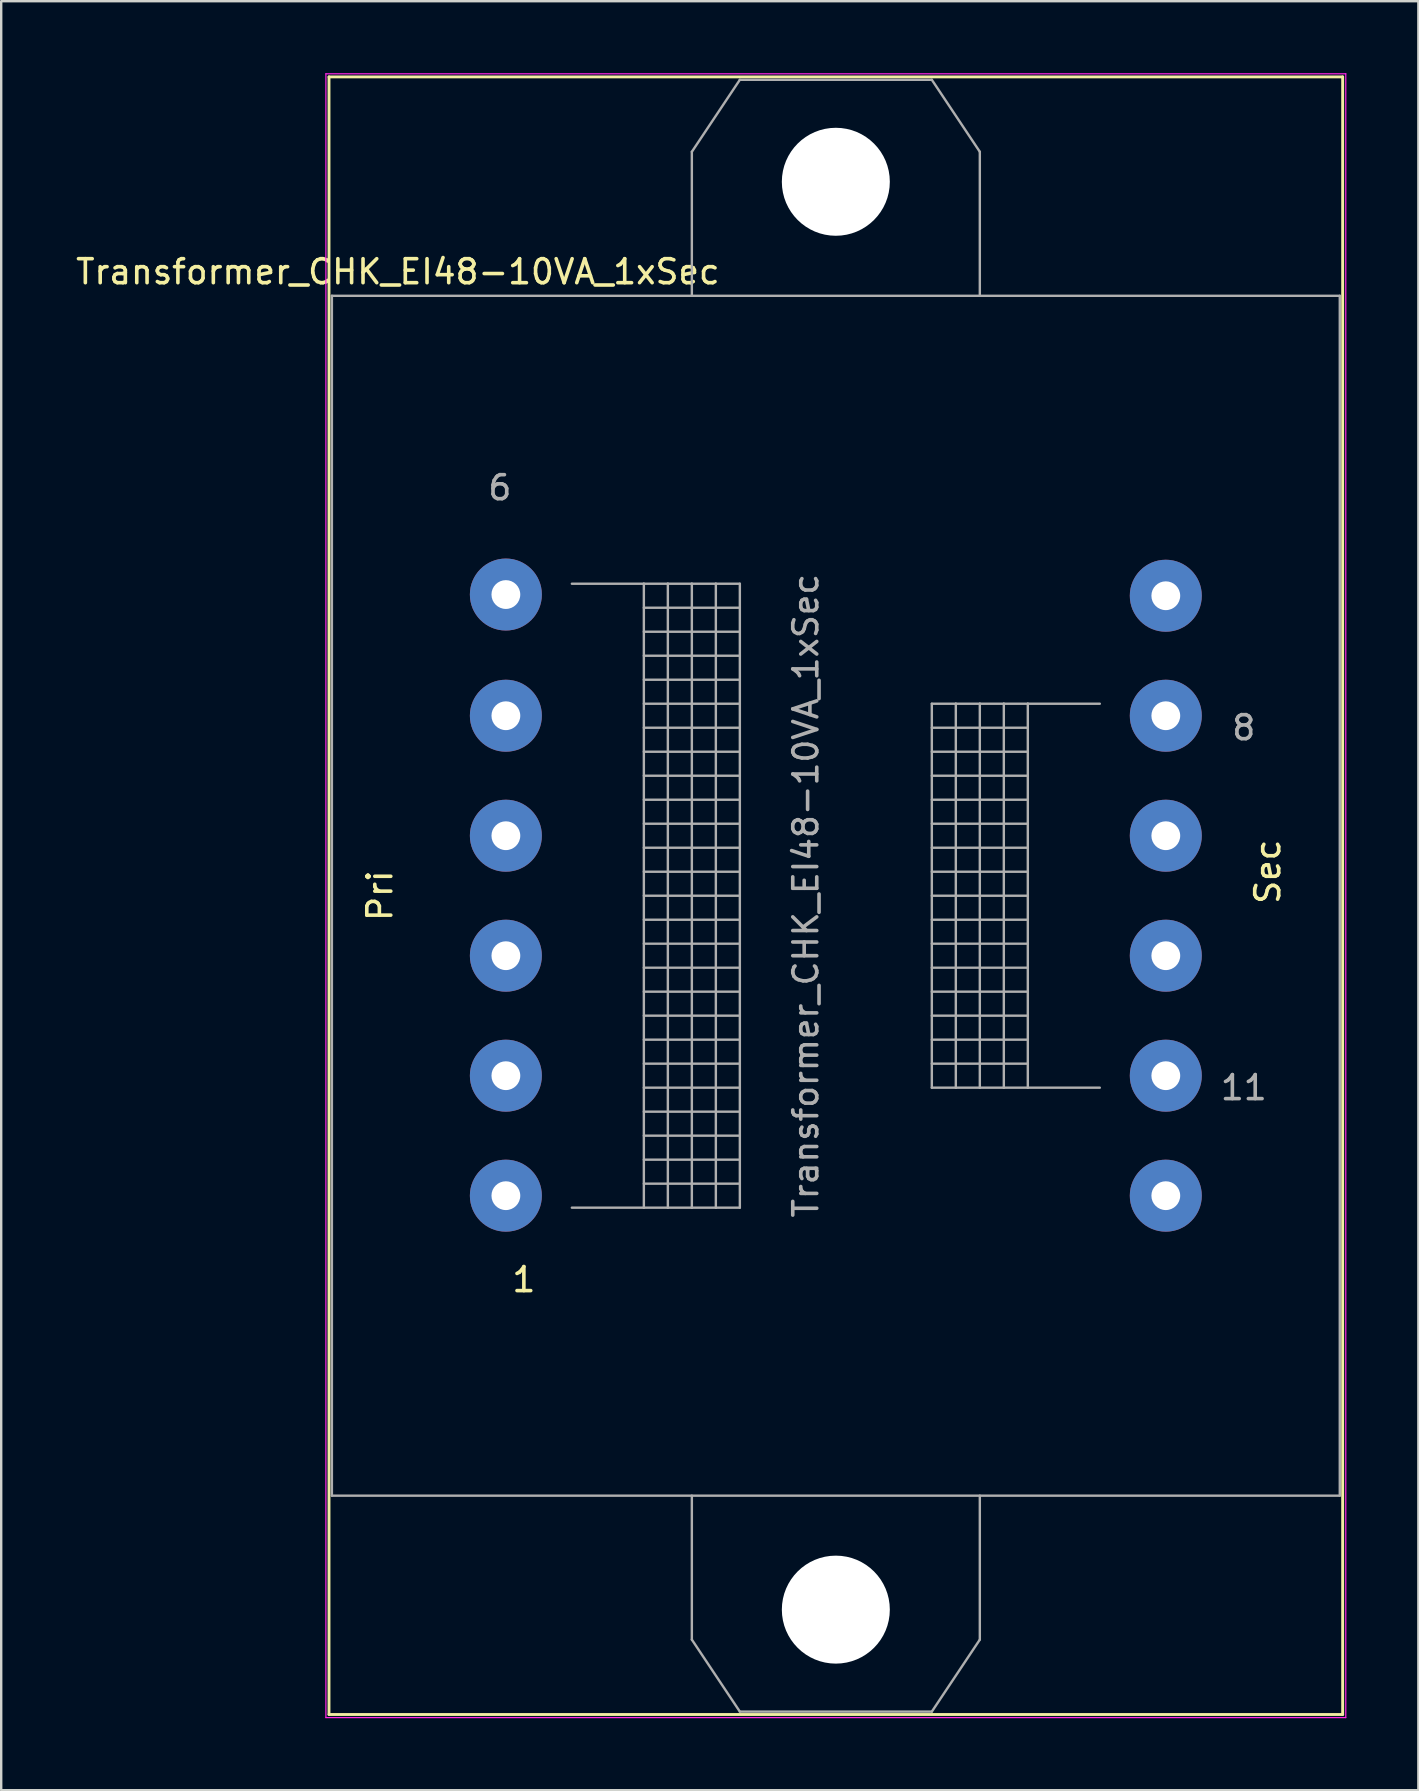
<source format=kicad_pcb>
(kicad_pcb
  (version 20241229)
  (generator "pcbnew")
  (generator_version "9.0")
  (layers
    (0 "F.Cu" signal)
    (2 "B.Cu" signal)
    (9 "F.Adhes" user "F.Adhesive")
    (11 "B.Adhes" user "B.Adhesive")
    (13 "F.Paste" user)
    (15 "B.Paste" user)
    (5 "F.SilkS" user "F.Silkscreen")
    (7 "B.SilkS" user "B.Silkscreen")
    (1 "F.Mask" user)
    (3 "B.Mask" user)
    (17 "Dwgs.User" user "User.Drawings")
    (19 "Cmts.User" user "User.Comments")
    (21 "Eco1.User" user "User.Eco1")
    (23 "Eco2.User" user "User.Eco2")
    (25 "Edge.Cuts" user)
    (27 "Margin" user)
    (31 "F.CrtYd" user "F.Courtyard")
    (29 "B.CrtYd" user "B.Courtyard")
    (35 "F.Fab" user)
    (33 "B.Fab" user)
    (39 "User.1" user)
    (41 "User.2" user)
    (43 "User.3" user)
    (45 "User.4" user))
  (footprint "Transformer_CHK_EI48-10VA_1xSec"
    (layer "F.Cu")
    (at 18.03 46.775)
    (property "Reference" "Transformer_CHK_EI48-10VA_1xSec" (at -4.5 -38.5 0) (layer "F.SilkS") (effects (font (size 1 1) (thickness 0.15))))
    (attr through_hole)
    (fp_line (start -7.37 -46.62) (end -7.37 21.62) (stroke (width 0.12) (type solid)) (layer "F.SilkS"))
    (fp_line (start -7.37 -46.62) (end 34.87 -46.62) (stroke (width 0.12) (type solid)) (layer "F.SilkS"))
    (fp_line (start 34.87 21.62) (end -7.37 21.62) (stroke (width 0.12) (type solid)) (layer "F.SilkS"))
    (fp_line (start 34.87 21.62) (end 34.87 -46.62) (stroke (width 0.12) (type solid)) (layer "F.SilkS"))
    (fp_line (start -7.5 -46.75) (end -7.5 21.75) (stroke (width 0.05) (type solid)) (layer "F.CrtYd"))
    (fp_line (start -7.5 -46.75) (end 35 -46.75) (stroke (width 0.05) (type solid)) (layer "F.CrtYd"))
    (fp_line (start 35 21.75) (end -7.5 21.75) (stroke (width 0.05) (type solid)) (layer "F.CrtYd"))
    (fp_line (start 35 21.75) (end 35 -46.75) (stroke (width 0.05) (type solid)) (layer "F.CrtYd"))
    (fp_line (start -7.25 -37.5) (end -7.25 12.5) (stroke (width 0.1) (type solid)) (layer "F.Fab"))
    (fp_line (start -7.25 12.5) (end 34.75 12.5) (stroke (width 0.1) (type solid)) (layer "F.Fab"))
    (fp_line (start 2.75 0.5) (end 5.75 0.5) (stroke (width 0.1) (type solid)) (layer "F.Fab"))
    (fp_line (start 5.75 -25.5) (end 2.75 -25.5) (stroke (width 0.1) (type solid)) (layer "F.Fab"))
    (fp_line (start 5.75 -25.5) (end 6.75 -25.5) (stroke (width 0.1) (type solid)) (layer "F.Fab"))
    (fp_line (start 5.75 -24.5) (end 9.75 -24.5) (stroke (width 0.1) (type solid)) (layer "F.Fab"))
    (fp_line (start 5.75 -23.5) (end 9.75 -23.5) (stroke (width 0.1) (type solid)) (layer "F.Fab"))
    (fp_line (start 5.75 -22.5) (end 9.75 -22.5) (stroke (width 0.1) (type solid)) (layer "F.Fab"))
    (fp_line (start 5.75 -21.5) (end 9.75 -21.5) (stroke (width 0.1) (type solid)) (layer "F.Fab"))
    (fp_line (start 5.75 -20.5) (end 9.75 -20.5) (stroke (width 0.1) (type solid)) (layer "F.Fab"))
    (fp_line (start 5.75 -19.5) (end 9.75 -19.5) (stroke (width 0.1) (type solid)) (layer "F.Fab"))
    (fp_line (start 5.75 -18.5) (end 9.75 -18.5) (stroke (width 0.1) (type solid)) (layer "F.Fab"))
    (fp_line (start 5.75 -17.5) (end 9.75 -17.5) (stroke (width 0.1) (type solid)) (layer "F.Fab"))
    (fp_line (start 5.75 -16.5) (end 9.75 -16.5) (stroke (width 0.1) (type solid)) (layer "F.Fab"))
    (fp_line (start 5.75 -15.5) (end 9.75 -15.5) (stroke (width 0.1) (type solid)) (layer "F.Fab"))
    (fp_line (start 5.75 -14.5) (end 9.75 -14.5) (stroke (width 0.1) (type solid)) (layer "F.Fab"))
    (fp_line (start 5.75 -13.5) (end 9.75 -13.5) (stroke (width 0.1) (type solid)) (layer "F.Fab"))
    (fp_line (start 5.75 -12.5) (end 9.75 -12.5) (stroke (width 0.1) (type solid)) (layer "F.Fab"))
    (fp_line (start 5.75 -11.5) (end 9.75 -11.5) (stroke (width 0.1) (type solid)) (layer "F.Fab"))
    (fp_line (start 5.75 -10.5) (end 9.75 -10.5) (stroke (width 0.1) (type solid)) (layer "F.Fab"))
    (fp_line (start 5.75 -9.5) (end 9.75 -9.5) (stroke (width 0.1) (type solid)) (layer "F.Fab"))
    (fp_line (start 5.75 -8.5) (end 9.75 -8.5) (stroke (width 0.1) (type solid)) (layer "F.Fab"))
    (fp_line (start 5.75 -7.5) (end 9.75 -7.5) (stroke (width 0.1) (type solid)) (layer "F.Fab"))
    (fp_line (start 5.75 -5.5) (end 9.75 -5.5) (stroke (width 0.1) (type solid)) (layer "F.Fab"))
    (fp_line (start 5.75 -4.5) (end 9.75 -4.5) (stroke (width 0.1) (type solid)) (layer "F.Fab"))
    (fp_line (start 5.75 -3.5) (end 9.75 -3.5) (stroke (width 0.1) (type solid)) (layer "F.Fab"))
    (fp_line (start 5.75 -2.5) (end 9.75 -2.5) (stroke (width 0.1) (type solid)) (layer "F.Fab"))
    (fp_line (start 5.75 -0.5) (end 9.75 -0.5) (stroke (width 0.1) (type solid)) (layer "F.Fab"))
    (fp_line (start 5.75 0.5) (end 5.75 -25.5) (stroke (width 0.1) (type solid)) (layer "F.Fab"))
    (fp_line (start 6.75 -25.5) (end 6.75 0.5) (stroke (width 0.1) (type solid)) (layer "F.Fab"))
    (fp_line (start 6.75 -25.5) (end 7.75 -25.5) (stroke (width 0.1) (type solid)) (layer "F.Fab"))
    (fp_line (start 6.75 -6.5) (end 5.75 -6.5) (stroke (width 0.1) (type solid)) (layer "F.Fab"))
    (fp_line (start 6.75 -6.5) (end 9.75 -6.5) (stroke (width 0.1) (type solid)) (layer "F.Fab"))
    (fp_line (start 6.75 -1.5) (end 5.75 -1.5) (stroke (width 0.1) (type solid)) (layer "F.Fab"))
    (fp_line (start 6.75 -1.5) (end 9.75 -1.5) (stroke (width 0.1) (type solid)) (layer "F.Fab"))
    (fp_line (start 6.75 0.5) (end 5.75 0.5) (stroke (width 0.1) (type solid)) (layer "F.Fab"))
    (fp_line (start 7.75 -43.5) (end 7.75 -37.5) (stroke (width 0.1) (type solid)) (layer "F.Fab"))
    (fp_line (start 7.75 -25.5) (end 7.75 0.5) (stroke (width 0.1) (type solid)) (layer "F.Fab"))
    (fp_line (start 7.75 -25.5) (end 8.75 -25.5) (stroke (width 0.1) (type solid)) (layer "F.Fab"))
    (fp_line (start 7.75 0.5) (end 6.75 0.5) (stroke (width 0.1) (type solid)) (layer "F.Fab"))
    (fp_line (start 7.75 18.5) (end 7.75 12.5) (stroke (width 0.1) (type solid)) (layer "F.Fab"))
    (fp_line (start 8.75 -25.5) (end 8.75 0.5) (stroke (width 0.1) (type solid)) (layer "F.Fab"))
    (fp_line (start 8.75 -25.5) (end 9.75 -25.5) (stroke (width 0.1) (type solid)) (layer "F.Fab"))
    (fp_line (start 8.75 0.5) (end 7.75 0.5) (stroke (width 0.1) (type solid)) (layer "F.Fab"))
    (fp_line (start 9.75 -46.5) (end 7.75 -43.5) (stroke (width 0.1) (type solid)) (layer "F.Fab"))
    (fp_line (start 9.75 -25.5) (end 9.75 0.5) (stroke (width 0.1) (type solid)) (layer "F.Fab"))
    (fp_line (start 9.75 0.5) (end 8.75 0.5) (stroke (width 0.1) (type solid)) (layer "F.Fab"))
    (fp_line (start 9.75 21.5) (end 7.75 18.5) (stroke (width 0.1) (type solid)) (layer "F.Fab"))
    (fp_line (start 17.75 -46.5) (end 9.75 -46.5) (stroke (width 0.1) (type solid)) (layer "F.Fab"))
    (fp_line (start 17.75 -20.5) (end 17.75 -4.5) (stroke (width 0.1) (type solid)) (layer "F.Fab"))
    (fp_line (start 17.75 -19.5) (end 21.75 -19.5) (stroke (width 0.1) (type solid)) (layer "F.Fab"))
    (fp_line (start 17.75 -18.5) (end 21.75 -18.5) (stroke (width 0.1) (type solid)) (layer "F.Fab"))
    (fp_line (start 17.75 -17.5) (end 21.75 -17.5) (stroke (width 0.1) (type solid)) (layer "F.Fab"))
    (fp_line (start 17.75 -16.5) (end 21.75 -16.5) (stroke (width 0.1) (type solid)) (layer "F.Fab"))
    (fp_line (start 17.75 -15.5) (end 21.75 -15.5) (stroke (width 0.1) (type solid)) (layer "F.Fab"))
    (fp_line (start 17.75 -13.5) (end 21.75 -13.5) (stroke (width 0.1) (type solid)) (layer "F.Fab"))
    (fp_line (start 17.75 -12.5) (end 21.75 -12.5) (stroke (width 0.1) (type solid)) (layer "F.Fab"))
    (fp_line (start 17.75 -11.5) (end 21.75 -11.5) (stroke (width 0.1) (type solid)) (layer "F.Fab"))
    (fp_line (start 17.75 -10.5) (end 21.75 -10.5) (stroke (width 0.1) (type solid)) (layer "F.Fab"))
    (fp_line (start 17.75 -9.5) (end 21.75 -9.5) (stroke (width 0.1) (type solid)) (layer "F.Fab"))
    (fp_line (start 17.75 -8.5) (end 21.75 -8.5) (stroke (width 0.1) (type solid)) (layer "F.Fab"))
    (fp_line (start 17.75 -7.5) (end 21.75 -7.5) (stroke (width 0.1) (type solid)) (layer "F.Fab"))
    (fp_line (start 17.75 -6.5) (end 21.75 -6.5) (stroke (width 0.1) (type solid)) (layer "F.Fab"))
    (fp_line (start 17.75 -5.5) (end 21.75 -5.5) (stroke (width 0.1) (type solid)) (layer "F.Fab"))
    (fp_line (start 17.75 -4.5) (end 18.75 -4.5) (stroke (width 0.1) (type solid)) (layer "F.Fab"))
    (fp_line (start 17.75 21.5) (end 9.75 21.5) (stroke (width 0.1) (type solid)) (layer "F.Fab"))
    (fp_line (start 18.75 -20.5) (end 17.75 -20.5) (stroke (width 0.1) (type solid)) (layer "F.Fab"))
    (fp_line (start 18.75 -20.5) (end 18.75 -4.5) (stroke (width 0.1) (type solid)) (layer "F.Fab"))
    (fp_line (start 18.75 -14.5) (end 17.75 -14.5) (stroke (width 0.1) (type solid)) (layer "F.Fab"))
    (fp_line (start 18.75 -14.5) (end 21.75 -14.5) (stroke (width 0.1) (type solid)) (layer "F.Fab"))
    (fp_line (start 18.75 -4.5) (end 19.75 -4.5) (stroke (width 0.1) (type solid)) (layer "F.Fab"))
    (fp_line (start 19.75 -43.5) (end 17.75 -46.5) (stroke (width 0.1) (type solid)) (layer "F.Fab"))
    (fp_line (start 19.75 -37.5) (end 19.75 -43.5) (stroke (width 0.1) (type solid)) (layer "F.Fab"))
    (fp_line (start 19.75 -20.5) (end 18.75 -20.5) (stroke (width 0.1) (type solid)) (layer "F.Fab"))
    (fp_line (start 19.75 -20.5) (end 19.75 -4.5) (stroke (width 0.1) (type solid)) (layer "F.Fab"))
    (fp_line (start 19.75 12.5) (end 19.75 18.5) (stroke (width 0.1) (type solid)) (layer "F.Fab"))
    (fp_line (start 19.75 18.5) (end 17.75 21.5) (stroke (width 0.1) (type solid)) (layer "F.Fab"))
    (fp_line (start 20.75 -20.5) (end 19.75 -20.5) (stroke (width 0.1) (type solid)) (layer "F.Fab"))
    (fp_line (start 20.75 -20.5) (end 20.75 -4.5) (stroke (width 0.1) (type solid)) (layer "F.Fab"))
    (fp_line (start 20.75 -4.5) (end 19.75 -4.5) (stroke (width 0.1) (type solid)) (layer "F.Fab"))
    (fp_line (start 20.75 -4.5) (end 21.75 -4.5) (stroke (width 0.1) (type solid)) (layer "F.Fab"))
    (fp_line (start 21.75 -20.5) (end 20.75 -20.5) (stroke (width 0.1) (type solid)) (layer "F.Fab"))
    (fp_line (start 21.75 -20.5) (end 21.75 -4.5) (stroke (width 0.1) (type solid)) (layer "F.Fab"))
    (fp_line (start 21.75 -4.5) (end 24.75 -4.5) (stroke (width 0.1) (type solid)) (layer "F.Fab"))
    (fp_line (start 24.75 -20.5) (end 21.75 -20.5) (stroke (width 0.1) (type solid)) (layer "F.Fab"))
    (fp_line (start 34.75 -37.5) (end -7.25 -37.5) (stroke (width 0.1) (type solid)) (layer "F.Fab"))
    (fp_line (start 34.75 12.5) (end 34.75 -37.5) (stroke (width 0.1) (type solid)) (layer "F.Fab"))
    (fp_text user "Sec" (at 31.75 -13.5 90) (layer "F.SilkS") (effects (font (size 1 1) (thickness 0.15))))
    (fp_text user "Pri" (at -5.25 -12.5 90) (layer "F.SilkS") (effects (font (size 1 1) (thickness 0.15))))
    (fp_text user "1" (at 0.75 3.5 0) (layer "F.SilkS") (effects (font (size 1 1) (thickness 0.15))))
    (fp_text user "11" (at 30.75 -4.5 0) (layer "F.Fab") (effects (font (size 1 1) (thickness 0.15))))
    (fp_text user "${REFERENCE}" (at 12.5 -12.5 90) (layer "F.Fab") (effects (font (size 1 1) (thickness 0.15))))
    (fp_text user "6" (at -0.25 -29.5 0) (layer "F.Fab") (effects (font (size 1 1) (thickness 0.15))))
    (fp_text user "8" (at 30.75 -19.5 0) (layer "F.Fab") (effects (font (size 1 1) (thickness 0.15))))
    (pad "" np_thru_hole circle (at 13.75 -42.25) (size 4.5 4.5) (drill 4.5) (layers "*.Cu" "*.Mask"))
    (pad "" np_thru_hole circle (at 13.75 17.25) (size 4.5 4.5) (drill 4.5) (layers "*.Cu" "*.Mask"))
    (pad "1" thru_hole circle (at 0 0) (size 3 3) (drill 1.2) (layers "*.Cu" "*.Mask"))
    (pad "2" thru_hole circle (at 0 -5) (size 3 3) (drill 1.2) (layers "*.Cu" "*.Mask"))
    (pad "3" thru_hole circle (at 0 -10) (size 3 3) (drill 1.2) (layers "*.Cu" "*.Mask"))
    (pad "4" thru_hole circle (at 0 -15) (size 3 3) (drill 1.2) (layers "*.Cu" "*.Mask"))
    (pad "5" thru_hole circle (at 0 -20) (size 3 3) (drill 1.2) (layers "*.Cu" "*.Mask"))
    (pad "6" thru_hole circle (at 0 -25.05) (size 3 3) (drill 1.2) (layers "*.Cu" "*.Mask"))
    (pad "7" thru_hole circle (at 27.5 -25) (size 3 3) (drill 1.2) (layers "*.Cu" "*.Mask"))
    (pad "8" thru_hole circle (at 27.5 -20) (size 3 3) (drill 1.2) (layers "*.Cu" "*.Mask"))
    (pad "9" thru_hole circle (at 27.5 -15) (size 3 3) (drill 1.2) (layers "*.Cu" "*.Mask"))
    (pad "10" thru_hole circle (at 27.5 -10) (size 3 3) (drill 1.2) (layers "*.Cu" "*.Mask"))
    (pad "11" thru_hole circle (at 27.5 -5) (size 3 3) (drill 1.2) (layers "*.Cu" "*.Mask"))
    (pad "12" thru_hole circle (at 27.5 0) (size 3 3) (drill 1.2) (layers "*.Cu" "*.Mask")))
  (gr_rect
    (start -3 -3)
    (end 56.055 71.55)
    (stroke (width 0.1) (type default))
    (fill no)
    (layer "Edge.Cuts")))
</source>
